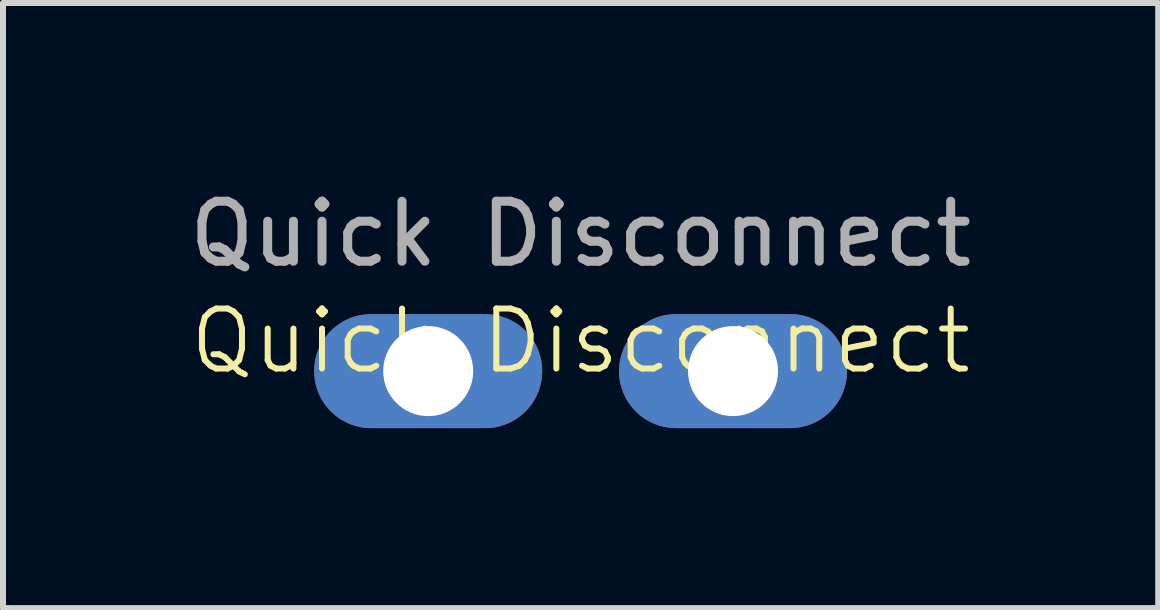
<source format=kicad_pcb>
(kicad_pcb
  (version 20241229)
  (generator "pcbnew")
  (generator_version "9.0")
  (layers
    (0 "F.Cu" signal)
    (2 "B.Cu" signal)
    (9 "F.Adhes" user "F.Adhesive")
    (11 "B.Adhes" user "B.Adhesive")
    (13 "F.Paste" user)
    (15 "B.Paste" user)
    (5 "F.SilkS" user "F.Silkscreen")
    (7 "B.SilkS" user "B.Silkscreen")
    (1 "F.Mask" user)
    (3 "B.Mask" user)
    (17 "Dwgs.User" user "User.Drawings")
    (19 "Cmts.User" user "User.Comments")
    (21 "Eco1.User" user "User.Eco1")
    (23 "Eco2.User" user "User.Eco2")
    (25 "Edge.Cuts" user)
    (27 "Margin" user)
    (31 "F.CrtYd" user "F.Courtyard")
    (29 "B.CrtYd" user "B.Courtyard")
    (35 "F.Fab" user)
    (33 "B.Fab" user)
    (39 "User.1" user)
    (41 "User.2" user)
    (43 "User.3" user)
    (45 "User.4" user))
  (footprint "Quick Disconnect"
    (layer "F.Cu")
    (at 6.625 3.134)
    (property "Reference" "Quick Disconnect" (at 0 -0.5 0) (unlocked yes) (layer "F.SilkS") (effects (font (size 1 1) (thickness 0.1))))
    (attr through_hole)
    (fp_text user "${REFERENCE}" (at 0 -2.286 0) (unlocked yes) (layer "F.Fab") (effects (font (size 1 1) (thickness 0.15))))
    (pad "1" thru_hole oval (at -2.54 0) (size 3.8 1.9) (drill 1.5) (layers "*.Cu" "*.Mask"))
    (pad "1" thru_hole oval (at 2.54 0) (size 3.8 1.9) (drill 1.5) (layers "*.Cu" "*.Mask")))
  (gr_rect
    (start -3 -3)
    (end 16.25 7.084)
    (stroke (width 0.1) (type default))
    (fill no)
    (layer "Edge.Cuts")))
</source>
